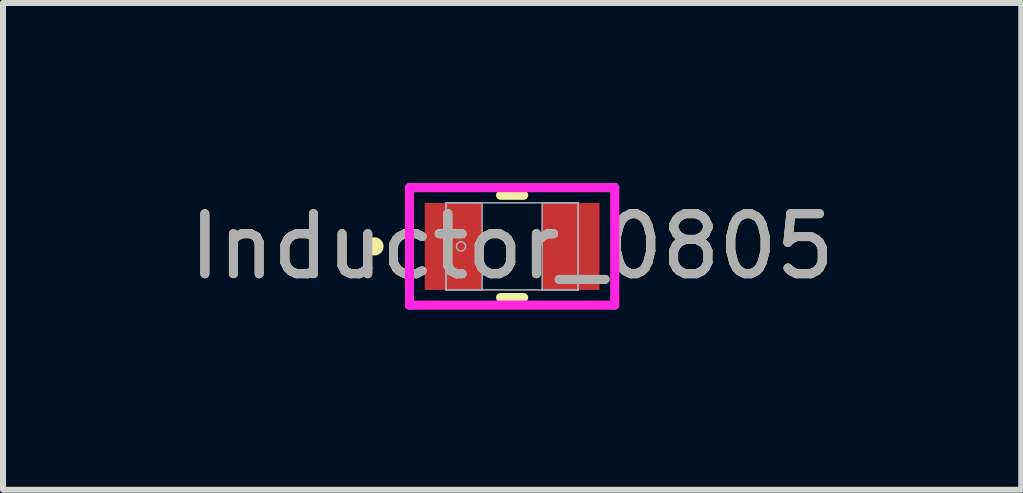
<source format=kicad_pcb>
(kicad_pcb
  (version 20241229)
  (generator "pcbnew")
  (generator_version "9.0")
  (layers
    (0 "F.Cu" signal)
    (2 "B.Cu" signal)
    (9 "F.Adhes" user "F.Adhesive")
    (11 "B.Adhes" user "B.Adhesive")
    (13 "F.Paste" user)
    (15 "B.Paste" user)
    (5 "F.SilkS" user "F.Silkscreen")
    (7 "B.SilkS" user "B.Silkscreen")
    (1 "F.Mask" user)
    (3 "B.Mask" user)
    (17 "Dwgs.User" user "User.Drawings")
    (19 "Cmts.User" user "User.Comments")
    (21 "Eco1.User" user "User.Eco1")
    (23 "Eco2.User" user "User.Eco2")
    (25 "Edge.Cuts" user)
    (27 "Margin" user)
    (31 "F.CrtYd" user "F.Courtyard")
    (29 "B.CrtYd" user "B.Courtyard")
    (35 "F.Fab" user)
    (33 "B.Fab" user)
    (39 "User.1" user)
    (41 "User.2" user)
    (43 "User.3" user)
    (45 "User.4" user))
  (footprint "Inductor_0805"
    (layer "F.Cu")
    (at 5.482 1.055)
    (property "Reference" "Inductor_0805" (at 0 0 0) (unlocked yes) (layer "F.SilkS") (effects (font (size 1 1) (thickness 0.15))))
    (attr smd)
    (fp_line (start -0.192 0.852) (end 0.192 0.852) (stroke (width 0.152) (type solid)) (layer "F.SilkS"))
    (fp_line (start 0.192 -0.852) (end -0.192 -0.852) (stroke (width 0.152) (type solid)) (layer "F.SilkS"))
    (fp_circle (center -2.294 0) (end -2.218 0) (stroke (width 0.152) (type solid)) (fill no) (layer "F.SilkS"))
    (fp_line (start -1.71 -0.979) (end 1.71 -0.979) (stroke (width 0.152) (type solid)) (layer "F.CrtYd"))
    (fp_line (start -1.71 0.979) (end -1.71 -0.979) (stroke (width 0.152) (type solid)) (layer "F.CrtYd"))
    (fp_line (start 1.71 -0.979) (end 1.71 0.979) (stroke (width 0.152) (type solid)) (layer "F.CrtYd"))
    (fp_line (start 1.71 0.979) (end -1.71 0.979) (stroke (width 0.152) (type solid)) (layer "F.CrtYd"))
    (fp_line (start -1.1 -0.725) (end -1.1 0.725) (stroke (width 0.025) (type solid)) (layer "F.Fab"))
    (fp_line (start -1.1 -0.725) (end -1.1 0.725) (stroke (width 0.025) (type solid)) (layer "F.Fab"))
    (fp_line (start -1.1 0.725) (end -0.5 0.725) (stroke (width 0.025) (type solid)) (layer "F.Fab"))
    (fp_line (start -1.1 0.725) (end 1.1 0.725) (stroke (width 0.025) (type solid)) (layer "F.Fab"))
    (fp_line (start -0.5 -0.725) (end -1.1 -0.725) (stroke (width 0.025) (type solid)) (layer "F.Fab"))
    (fp_line (start -0.5 0.725) (end -0.5 -0.725) (stroke (width 0.025) (type solid)) (layer "F.Fab"))
    (fp_line (start 0.5 -0.725) (end 0.5 0.725) (stroke (width 0.025) (type solid)) (layer "F.Fab"))
    (fp_line (start 0.5 0.725) (end 1.1 0.725) (stroke (width 0.025) (type solid)) (layer "F.Fab"))
    (fp_line (start 1.1 -0.725) (end -1.1 -0.725) (stroke (width 0.025) (type solid)) (layer "F.Fab"))
    (fp_line (start 1.1 -0.725) (end 0.5 -0.725) (stroke (width 0.025) (type solid)) (layer "F.Fab"))
    (fp_line (start 1.1 0.725) (end 1.1 -0.725) (stroke (width 0.025) (type solid)) (layer "F.Fab"))
    (fp_line (start 1.1 0.725) (end 1.1 -0.725) (stroke (width 0.025) (type solid)) (layer "F.Fab"))
    (fp_circle (center -0.851 0) (end -0.775 0) (stroke (width 0.025) (type solid)) (fill no) (layer "F.Fab"))
    (fp_text user "${REFERENCE}" (at 0 0 0) (unlocked yes) (layer "F.Fab") (effects (font (size 1 1) (thickness 0.15))))
    (pad "1" smd rect (at -0.978 0) (size 0.956 1.45) (layers "F.Cu" "F.Mask" "F.Paste"))
    (pad "2" smd rect (at 0.978 0) (size 0.956 1.45) (layers "F.Cu" "F.Mask" "F.Paste"))
    (zone (net_name "") (layer "F.Cu") (hatch full 0.508) (connect_pads) (min_thickness 0.254) (filled_areas_thickness no) (keepout (tracks not_allowed) (vias not_allowed) (pads allowed) (copperpour not_allowed) (footprints allowed)) (placement (enabled no)) (fill) (polygon (pts (xy 5.033 0.381) (xy 5.931 0.381) (xy 5.931 1.729) (xy 5.033 1.729)))))
  (gr_rect
    (start -3 -3)
    (end 13.964 5.11)
    (stroke (width 0.1) (type default))
    (fill no)
    (layer "Edge.Cuts")))
</source>
